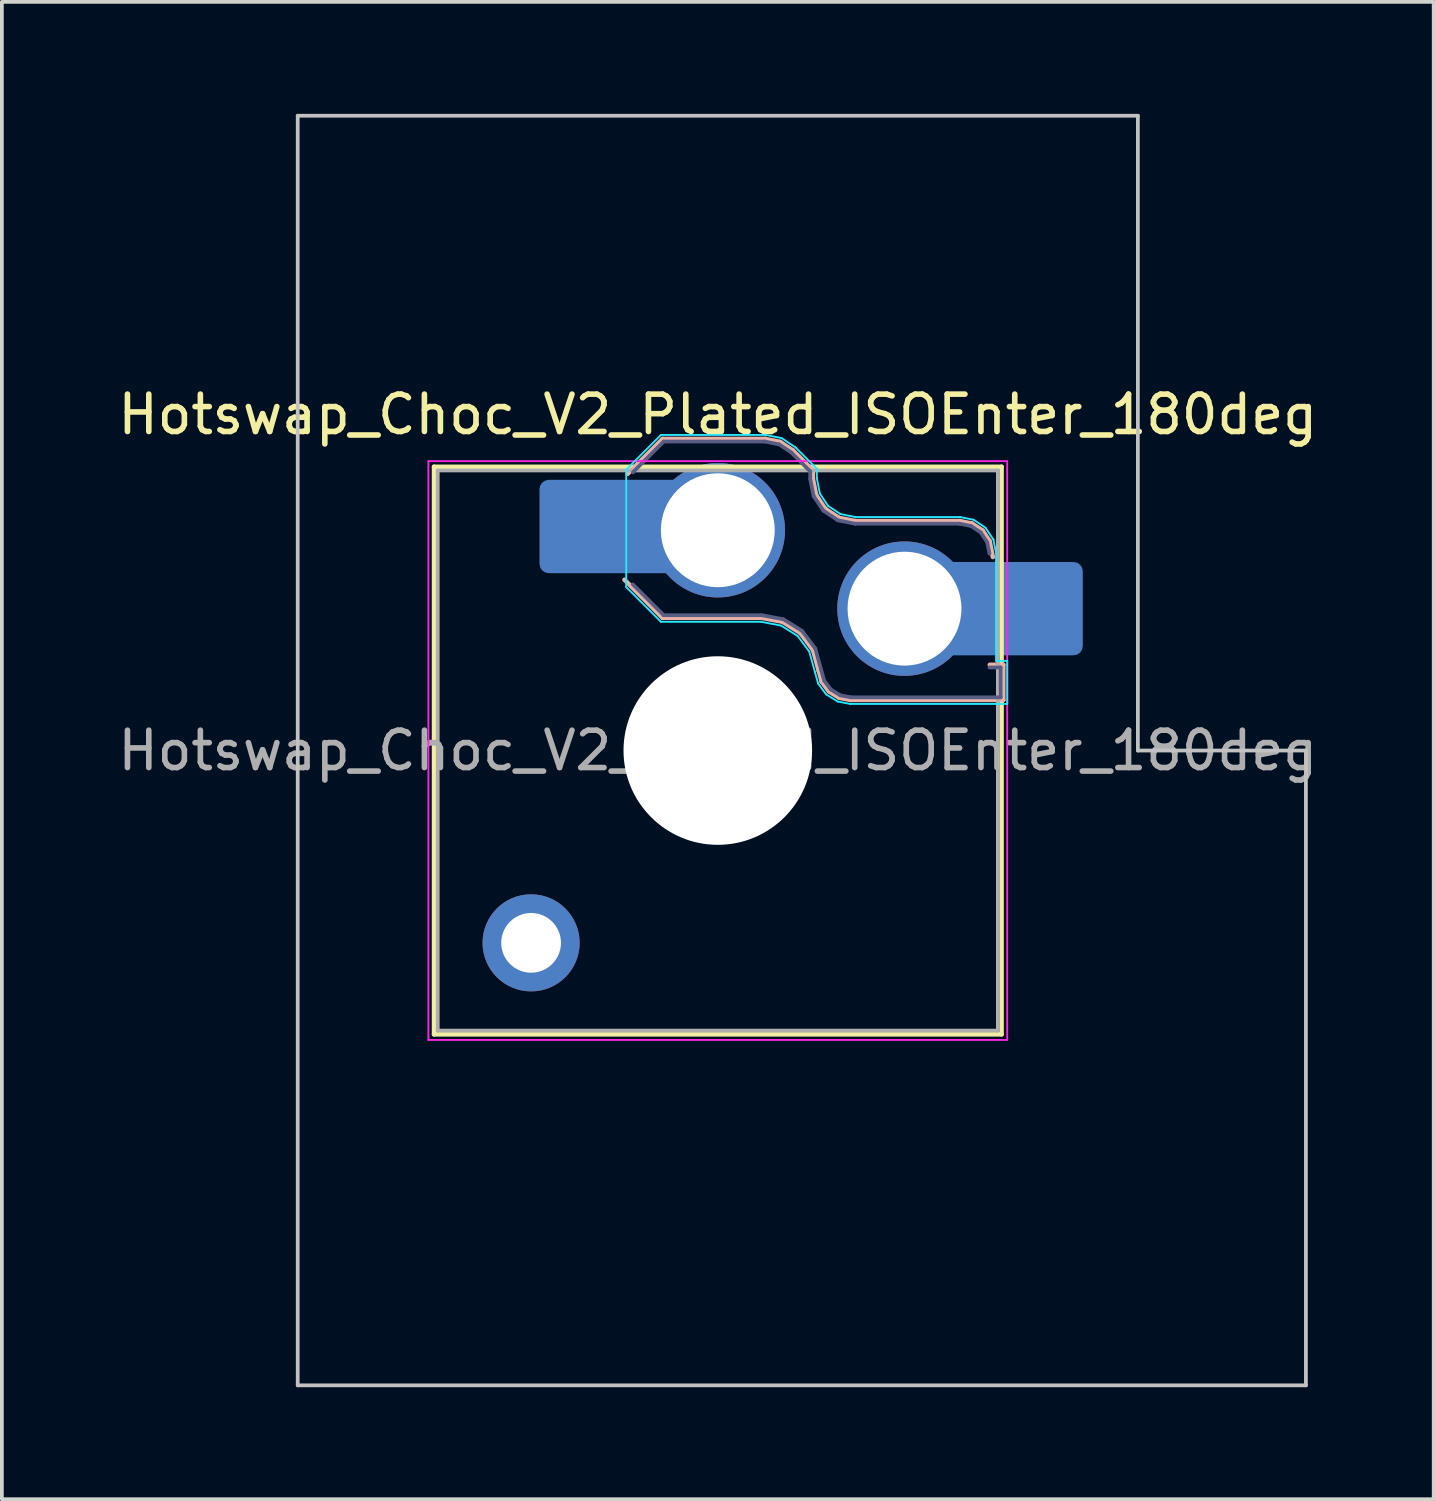
<source format=kicad_pcb>
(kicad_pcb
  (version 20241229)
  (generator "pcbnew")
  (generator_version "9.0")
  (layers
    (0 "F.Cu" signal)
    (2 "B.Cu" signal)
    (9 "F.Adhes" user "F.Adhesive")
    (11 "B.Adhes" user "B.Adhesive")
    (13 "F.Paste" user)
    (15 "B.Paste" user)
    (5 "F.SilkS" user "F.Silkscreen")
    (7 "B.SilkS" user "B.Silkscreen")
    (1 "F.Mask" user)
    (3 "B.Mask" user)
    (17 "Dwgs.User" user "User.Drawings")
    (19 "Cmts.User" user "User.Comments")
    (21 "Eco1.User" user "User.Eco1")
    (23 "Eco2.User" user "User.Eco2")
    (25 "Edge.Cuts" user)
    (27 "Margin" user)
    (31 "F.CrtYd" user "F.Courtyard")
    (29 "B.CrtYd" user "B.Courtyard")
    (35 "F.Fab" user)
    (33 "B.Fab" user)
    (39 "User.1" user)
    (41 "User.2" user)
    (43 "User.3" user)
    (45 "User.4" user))
  (footprint "Hotswap_Choc_V2_Plated_ISOEnter_180deg"
    (layer "F.Cu")
    (at 16.173 17.05)
    (property "Reference" "Hotswap_Choc_V2_Plated_ISOEnter_180deg" (at 0 -9 0) (layer "F.SilkS") (effects (font (size 1 1) (thickness 0.15))))
    (attr smd allow_soldermask_bridges)
    (fp_line (start -7.6 -7.6) (end -7.6 7.6) (stroke (width 0.12) (type solid)) (layer "F.SilkS"))
    (fp_line (start -7.6 7.6) (end 7.6 7.6) (stroke (width 0.12) (type solid)) (layer "F.SilkS"))
    (fp_line (start 7.6 -7.6) (end -7.6 -7.6) (stroke (width 0.12) (type solid)) (layer "F.SilkS"))
    (fp_line (start 7.6 7.6) (end 7.6 -7.6) (stroke (width 0.12) (type solid)) (layer "F.SilkS"))
    (fp_line (start -2.416 -7.409) (end -1.479 -8.346) (stroke (width 0.12) (type solid)) (layer "B.SilkS"))
    (fp_line (start -1.479 -8.346) (end 1.268 -8.346) (stroke (width 0.12) (type solid)) (layer "B.SilkS"))
    (fp_line (start -1.479 -3.554) (end -2.5 -4.575) (stroke (width 0.12) (type solid)) (layer "B.SilkS"))
    (fp_line (start 1.168 -3.554) (end -1.479 -3.554) (stroke (width 0.12) (type solid)) (layer "B.SilkS"))
    (fp_line (start 1.268 -8.346) (end 1.671 -8.266) (stroke (width 0.12) (type solid)) (layer "B.SilkS"))
    (fp_line (start 1.671 -8.266) (end 2.013 -8.037) (stroke (width 0.12) (type solid)) (layer "B.SilkS"))
    (fp_line (start 1.73 -3.449) (end 1.168 -3.554) (stroke (width 0.12) (type solid)) (layer "B.SilkS"))
    (fp_line (start 2.013 -8.037) (end 2.546 -7.504) (stroke (width 0.12) (type solid)) (layer "B.SilkS"))
    (fp_line (start 2.209 -3.15) (end 1.73 -3.449) (stroke (width 0.12) (type solid)) (layer "B.SilkS"))
    (fp_line (start 2.546 -7.504) (end 2.546 -7.282) (stroke (width 0.12) (type solid)) (layer "B.SilkS"))
    (fp_line (start 2.546 -7.282) (end 2.633 -6.844) (stroke (width 0.12) (type solid)) (layer "B.SilkS"))
    (fp_line (start 2.547 -2.697) (end 2.209 -3.15) (stroke (width 0.12) (type solid)) (layer "B.SilkS"))
    (fp_line (start 2.633 -6.844) (end 2.877 -6.477) (stroke (width 0.12) (type solid)) (layer "B.SilkS"))
    (fp_line (start 2.701 -2.139) (end 2.547 -2.697) (stroke (width 0.12) (type solid)) (layer "B.SilkS"))
    (fp_line (start 2.783 -1.841) (end 2.701 -2.139) (stroke (width 0.12) (type solid)) (layer "B.SilkS"))
    (fp_line (start 2.877 -6.477) (end 3.244 -6.233) (stroke (width 0.12) (type solid)) (layer "B.SilkS"))
    (fp_line (start 2.976 -1.583) (end 2.783 -1.841) (stroke (width 0.12) (type solid)) (layer "B.SilkS"))
    (fp_line (start 3.244 -6.233) (end 3.682 -6.146) (stroke (width 0.12) (type solid)) (layer "B.SilkS"))
    (fp_line (start 3.25 -1.413) (end 2.976 -1.583) (stroke (width 0.12) (type solid)) (layer "B.SilkS"))
    (fp_line (start 3.56 -1.354) (end 3.25 -1.413) (stroke (width 0.12) (type solid)) (layer "B.SilkS"))
    (fp_line (start 3.682 -6.146) (end 6.482 -6.146) (stroke (width 0.12) (type solid)) (layer "B.SilkS"))
    (fp_line (start 6.482 -6.146) (end 6.809 -6.081) (stroke (width 0.12) (type solid)) (layer "B.SilkS"))
    (fp_line (start 6.809 -6.081) (end 7.092 -5.892) (stroke (width 0.12) (type solid)) (layer "B.SilkS"))
    (fp_line (start 7.092 -5.892) (end 7.281 -5.609) (stroke (width 0.12) (type solid)) (layer "B.SilkS"))
    (fp_line (start 7.281 -5.609) (end 7.366 -5.182) (stroke (width 0.12) (type solid)) (layer "B.SilkS"))
    (fp_line (start 7.283 -2.296) (end 7.646 -2.296) (stroke (width 0.12) (type solid)) (layer "B.SilkS"))
    (fp_line (start 7.646 -2.296) (end 7.646 -1.354) (stroke (width 0.12) (type solid)) (layer "B.SilkS"))
    (fp_line (start 7.646 -1.354) (end 3.56 -1.354) (stroke (width 0.12) (type solid)) (layer "B.SilkS"))
    (fp_line (start -11.25 -17) (end -11.25 17) (stroke (width 0.1) (type solid)) (layer "Dwgs.User"))
    (fp_line (start -11.25 17) (end 15.75 17) (stroke (width 0.1) (type solid)) (layer "Dwgs.User"))
    (fp_line (start 11.25 -17) (end -11.25 -17) (stroke (width 0.1) (type solid)) (layer "Dwgs.User"))
    (fp_line (start 11.25 0) (end 11.25 -17) (stroke (width 0.1) (type solid)) (layer "Dwgs.User"))
    (fp_line (start 15.75 0) (end 11.25 0) (stroke (width 0.1) (type solid)) (layer "Dwgs.User"))
    (fp_line (start 15.75 17) (end 15.75 0) (stroke (width 0.1) (type solid)) (layer "Dwgs.User"))
    (fp_line (start -7.25 -7.25) (end -7.25 7.25) (stroke (width 0.1) (type solid)) (layer "Eco1.User"))
    (fp_line (start -7.25 7.25) (end 7.25 7.25) (stroke (width 0.1) (type solid)) (layer "Eco1.User"))
    (fp_line (start 7.25 -7.25) (end -7.25 -7.25) (stroke (width 0.1) (type solid)) (layer "Eco1.User"))
    (fp_line (start 7.25 7.25) (end 7.25 -7.25) (stroke (width 0.1) (type solid)) (layer "Eco1.User"))
    (fp_line (start -2.452 -7.523) (end -1.523 -8.452) (stroke (width 0.05) (type solid)) (layer "B.CrtYd"))
    (fp_line (start -2.452 -4.377) (end -2.452 -7.523) (stroke (width 0.05) (type solid)) (layer "B.CrtYd"))
    (fp_line (start -1.523 -8.452) (end 1.278 -8.452) (stroke (width 0.05) (type solid)) (layer "B.CrtYd"))
    (fp_line (start -1.523 -3.448) (end -2.452 -4.377) (stroke (width 0.05) (type solid)) (layer "B.CrtYd"))
    (fp_line (start 1.159 -3.448) (end -1.523 -3.448) (stroke (width 0.05) (type solid)) (layer "B.CrtYd"))
    (fp_line (start 1.278 -8.452) (end 1.712 -8.366) (stroke (width 0.05) (type solid)) (layer "B.CrtYd"))
    (fp_line (start 1.691 -3.348) (end 1.159 -3.448) (stroke (width 0.05) (type solid)) (layer "B.CrtYd"))
    (fp_line (start 1.712 -8.366) (end 2.081 -8.119) (stroke (width 0.05) (type solid)) (layer "B.CrtYd"))
    (fp_line (start 2.081 -8.119) (end 2.652 -7.548) (stroke (width 0.05) (type solid)) (layer "B.CrtYd"))
    (fp_line (start 2.136 -3.071) (end 1.691 -3.348) (stroke (width 0.05) (type solid)) (layer "B.CrtYd"))
    (fp_line (start 2.45 -2.65) (end 2.136 -3.071) (stroke (width 0.05) (type solid)) (layer "B.CrtYd"))
    (fp_line (start 2.599 -2.111) (end 2.45 -2.65) (stroke (width 0.05) (type solid)) (layer "B.CrtYd"))
    (fp_line (start 2.652 -7.548) (end 2.652 -7.292) (stroke (width 0.05) (type solid)) (layer "B.CrtYd"))
    (fp_line (start 2.652 -7.292) (end 2.733 -6.885) (stroke (width 0.05) (type solid)) (layer "B.CrtYd"))
    (fp_line (start 2.687 -1.794) (end 2.599 -2.111) (stroke (width 0.05) (type solid)) (layer "B.CrtYd"))
    (fp_line (start 2.733 -6.885) (end 2.953 -6.553) (stroke (width 0.05) (type solid)) (layer "B.CrtYd"))
    (fp_line (start 2.903 -1.503) (end 2.687 -1.794) (stroke (width 0.05) (type solid)) (layer "B.CrtYd"))
    (fp_line (start 2.953 -6.553) (end 3.285 -6.333) (stroke (width 0.05) (type solid)) (layer "B.CrtYd"))
    (fp_line (start 3.211 -1.312) (end 2.903 -1.503) (stroke (width 0.05) (type solid)) (layer "B.CrtYd"))
    (fp_line (start 3.285 -6.333) (end 3.692 -6.252) (stroke (width 0.05) (type solid)) (layer "B.CrtYd"))
    (fp_line (start 3.55 -1.248) (end 3.211 -1.312) (stroke (width 0.05) (type solid)) (layer "B.CrtYd"))
    (fp_line (start 3.692 -6.252) (end 6.492 -6.252) (stroke (width 0.05) (type solid)) (layer "B.CrtYd"))
    (fp_line (start 6.492 -6.252) (end 6.85 -6.181) (stroke (width 0.05) (type solid)) (layer "B.CrtYd"))
    (fp_line (start 6.85 -6.181) (end 7.168 -5.968) (stroke (width 0.05) (type solid)) (layer "B.CrtYd"))
    (fp_line (start 7.168 -5.968) (end 7.381 -5.65) (stroke (width 0.05) (type solid)) (layer "B.CrtYd"))
    (fp_line (start 7.381 -5.65) (end 7.452 -5.292) (stroke (width 0.05) (type solid)) (layer "B.CrtYd"))
    (fp_line (start 7.452 -5.292) (end 7.452 -2.402) (stroke (width 0.05) (type solid)) (layer "B.CrtYd"))
    (fp_line (start 7.452 -2.402) (end 7.752 -2.402) (stroke (width 0.05) (type solid)) (layer "B.CrtYd"))
    (fp_line (start 7.752 -2.402) (end 7.752 -1.248) (stroke (width 0.05) (type solid)) (layer "B.CrtYd"))
    (fp_line (start 7.752 -1.248) (end 3.55 -1.248) (stroke (width 0.05) (type solid)) (layer "B.CrtYd"))
    (fp_line (start -7.75 -7.75) (end -7.75 7.75) (stroke (width 0.05) (type solid)) (layer "F.CrtYd"))
    (fp_line (start -7.75 7.75) (end 7.75 7.75) (stroke (width 0.05) (type solid)) (layer "F.CrtYd"))
    (fp_line (start 7.75 -7.75) (end -7.75 -7.75) (stroke (width 0.05) (type solid)) (layer "F.CrtYd"))
    (fp_line (start 7.75 7.75) (end 7.75 -7.75) (stroke (width 0.05) (type solid)) (layer "F.CrtYd"))
    (fp_line (start -2.275 -7.45) (end -1.45 -8.275) (stroke (width 0.1) (type solid)) (layer "B.Fab"))
    (fp_line (start -1.45 -8.275) (end 1.261 -8.275) (stroke (width 0.1) (type solid)) (layer "B.Fab"))
    (fp_line (start -1.45 -3.625) (end -2.275 -4.45) (stroke (width 0.1) (type solid)) (layer "B.Fab"))
    (fp_line (start 1.175 -3.625) (end -1.45 -3.625) (stroke (width 0.1) (type solid)) (layer "B.Fab"))
    (fp_line (start 1.261 -8.275) (end 1.643 -8.199) (stroke (width 0.1) (type solid)) (layer "B.Fab"))
    (fp_line (start 1.643 -8.199) (end 1.968 -7.982) (stroke (width 0.1) (type solid)) (layer "B.Fab"))
    (fp_line (start 1.756 -3.516) (end 1.175 -3.625) (stroke (width 0.1) (type solid)) (layer "B.Fab"))
    (fp_line (start 1.968 -7.982) (end 2.475 -7.475) (stroke (width 0.1) (type solid)) (layer "B.Fab"))
    (fp_line (start 2.258 -3.203) (end 1.756 -3.516) (stroke (width 0.1) (type solid)) (layer "B.Fab"))
    (fp_line (start 2.475 -7.475) (end 2.475 -7.275) (stroke (width 0.1) (type solid)) (layer "B.Fab"))
    (fp_line (start 2.475 -7.275) (end 2.566 -6.816) (stroke (width 0.1) (type solid)) (layer "B.Fab"))
    (fp_line (start 2.566 -6.816) (end 2.826 -6.426) (stroke (width 0.1) (type solid)) (layer "B.Fab"))
    (fp_line (start 2.612 -2.729) (end 2.258 -3.203) (stroke (width 0.1) (type solid)) (layer "B.Fab"))
    (fp_line (start 2.769 -2.158) (end 2.612 -2.729) (stroke (width 0.1) (type solid)) (layer "B.Fab"))
    (fp_line (start 2.826 -6.426) (end 3.216 -6.166) (stroke (width 0.1) (type solid)) (layer "B.Fab"))
    (fp_line (start 2.848 -1.873) (end 2.769 -2.158) (stroke (width 0.1) (type solid)) (layer "B.Fab"))
    (fp_line (start 3.025 -1.636) (end 2.848 -1.873) (stroke (width 0.1) (type solid)) (layer "B.Fab"))
    (fp_line (start 3.216 -6.166) (end 3.675 -6.075) (stroke (width 0.1) (type solid)) (layer "B.Fab"))
    (fp_line (start 3.276 -1.48) (end 3.025 -1.636) (stroke (width 0.1) (type solid)) (layer "B.Fab"))
    (fp_line (start 3.567 -1.425) (end 3.276 -1.48) (stroke (width 0.1) (type solid)) (layer "B.Fab"))
    (fp_line (start 3.675 -6.075) (end 6.475 -6.075) (stroke (width 0.1) (type solid)) (layer "B.Fab"))
    (fp_line (start 6.475 -6.075) (end 6.781 -6.014) (stroke (width 0.1) (type solid)) (layer "B.Fab"))
    (fp_line (start 6.781 -6.014) (end 7.041 -5.841) (stroke (width 0.1) (type solid)) (layer "B.Fab"))
    (fp_line (start 7.041 -5.841) (end 7.214 -5.581) (stroke (width 0.1) (type solid)) (layer "B.Fab"))
    (fp_line (start 7.214 -5.581) (end 7.275 -5.275) (stroke (width 0.1) (type solid)) (layer "B.Fab"))
    (fp_line (start 7.275 -2.225) (end 7.575 -2.225) (stroke (width 0.1) (type solid)) (layer "B.Fab"))
    (fp_line (start 7.575 -2.225) (end 7.575 -1.425) (stroke (width 0.1) (type solid)) (layer "B.Fab"))
    (fp_line (start 7.575 -1.425) (end 3.567 -1.425) (stroke (width 0.1) (type solid)) (layer "B.Fab"))
    (fp_line (start -7.5 -7.5) (end -7.5 7.5) (stroke (width 0.1) (type solid)) (layer "F.Fab"))
    (fp_line (start -7.5 7.5) (end 7.5 7.5) (stroke (width 0.1) (type solid)) (layer "F.Fab"))
    (fp_line (start 7.5 -7.5) (end -7.5 -7.5) (stroke (width 0.1) (type solid)) (layer "F.Fab"))
    (fp_line (start 7.5 7.5) (end 7.5 -7.5) (stroke (width 0.1) (type solid)) (layer "F.Fab"))
    (fp_text user "${REFERENCE}" (at 0 0 0) (layer "F.Fab") (effects (font (size 1 1) (thickness 0.15))))
    (pad "" thru_hole circle (at -5 5.15) (size 2.6 2.6) (drill 1.6) (layers "*.Cu" "*.Mask"))
    (pad "" smd roundrect (at -3.5 -6) (size 2.55 2.5) (layers "B.Mask" "B.Paste") (roundrect_rratio 0.1))
    (pad "" np_thru_hole circle (at 0 0) (size 5.05 5.05) (drill 5.05) (layers "*.Cu" "*.Mask"))
    (pad "" smd roundrect (at 8.5 -3.8) (size 2.55 2.5) (layers "B.Mask" "B.Paste") (roundrect_rratio 0.1))
    (pad "1" smd roundrect (at -2.85 -6) (size 3.85 2.5) (layers "B.Cu") (roundrect_rratio 0.1))
    (pad "1" thru_hole circle (at 0 -5.9) (size 3.6 3.6) (drill 3.05) (layers "*.Cu" "*.Mask"))
    (pad "2" thru_hole circle (at 5 -3.8) (size 3.6 3.6) (drill 3.05) (layers "*.Cu" "*.Mask"))
    (pad "2" smd roundrect (at 7.85 -3.8) (size 3.85 2.5) (layers "B.Cu") (roundrect_rratio 0.1)))
  (gr_rect
    (start -3 -3)
    (end 35.345 37.1)
    (stroke (width 0.1) (type default))
    (fill no)
    (layer "Edge.Cuts")))
</source>
